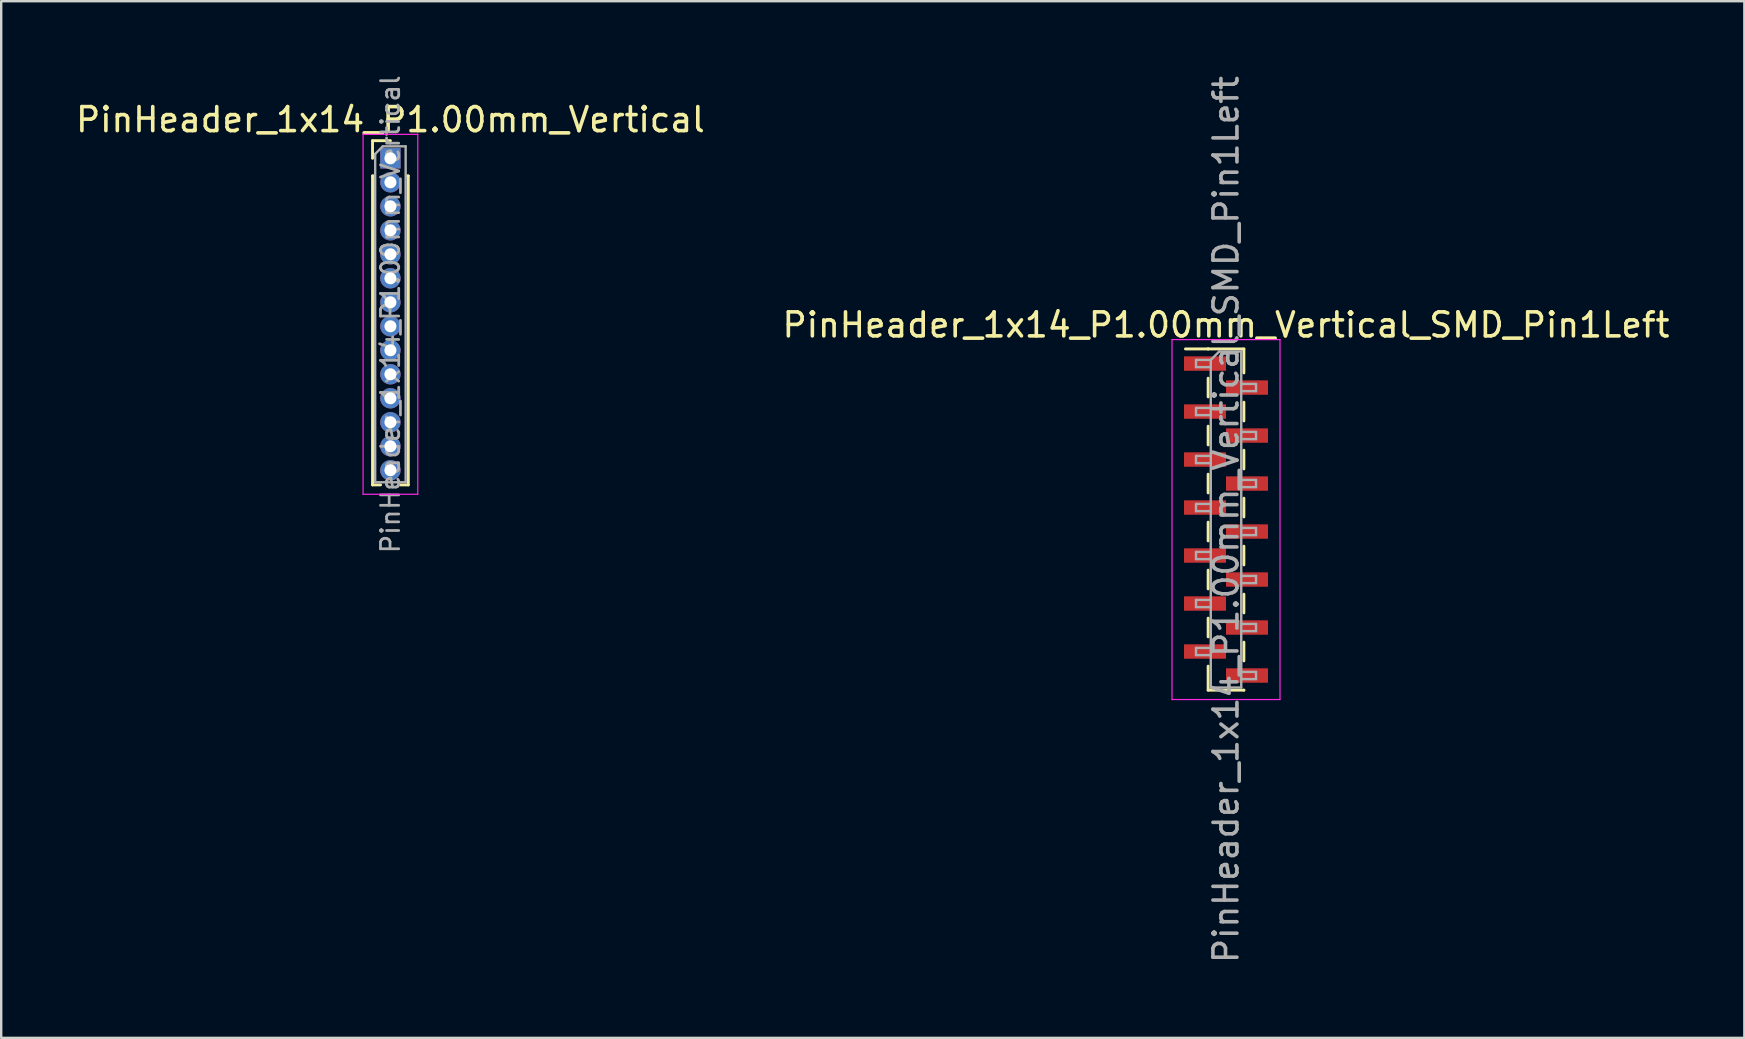
<source format=kicad_pcb>
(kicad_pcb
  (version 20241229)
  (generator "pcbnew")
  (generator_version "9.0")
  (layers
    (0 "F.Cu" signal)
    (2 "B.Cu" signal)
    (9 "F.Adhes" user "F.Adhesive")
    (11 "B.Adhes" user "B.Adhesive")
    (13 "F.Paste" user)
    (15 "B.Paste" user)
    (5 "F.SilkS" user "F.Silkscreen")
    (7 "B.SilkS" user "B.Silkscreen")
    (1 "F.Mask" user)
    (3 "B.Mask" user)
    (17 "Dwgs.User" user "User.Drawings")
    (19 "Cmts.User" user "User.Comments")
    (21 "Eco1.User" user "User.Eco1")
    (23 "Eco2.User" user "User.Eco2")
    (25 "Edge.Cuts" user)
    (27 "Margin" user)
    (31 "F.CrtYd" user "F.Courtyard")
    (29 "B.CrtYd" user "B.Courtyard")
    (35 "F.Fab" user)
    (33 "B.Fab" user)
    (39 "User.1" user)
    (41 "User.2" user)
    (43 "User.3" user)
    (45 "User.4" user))
  (footprint "PinHeader_1x14_P1.00mm_Vertical_SMD_Pin1Left"
    (layer "F.Cu")
    (at 48.042 18.601)
    (property "Reference" "PinHeader_1x14_P1.00mm_Vertical_SMD_Pin1Left" (at 0 -8.11 0) (layer "F.SilkS") (effects (font (size 1 1) (thickness 0.15))))
    (attr smd)
    (fp_line (start -0.745 -7.11) (end -1.69 -7.11) (stroke (width 0.12) (type solid)) (layer "F.SilkS"))
    (fp_line (start -0.745 -7.11) (end -0.745 -7.11) (stroke (width 0.12) (type solid)) (layer "F.SilkS"))
    (fp_line (start -0.745 -7.11) (end 0.745 -7.11) (stroke (width 0.12) (type solid)) (layer "F.SilkS"))
    (fp_line (start -0.745 -5.89) (end -0.745 -5.11) (stroke (width 0.12) (type solid)) (layer "F.SilkS"))
    (fp_line (start -0.745 -3.89) (end -0.745 -3.11) (stroke (width 0.12) (type solid)) (layer "F.SilkS"))
    (fp_line (start -0.745 -1.89) (end -0.745 -1.11) (stroke (width 0.12) (type solid)) (layer "F.SilkS"))
    (fp_line (start -0.745 0.11) (end -0.745 0.89) (stroke (width 0.12) (type solid)) (layer "F.SilkS"))
    (fp_line (start -0.745 2.11) (end -0.745 2.89) (stroke (width 0.12) (type solid)) (layer "F.SilkS"))
    (fp_line (start -0.745 4.11) (end -0.745 4.89) (stroke (width 0.12) (type solid)) (layer "F.SilkS"))
    (fp_line (start -0.745 6.11) (end -0.745 7.11) (stroke (width 0.12) (type solid)) (layer "F.SilkS"))
    (fp_line (start -0.745 7.11) (end 0.745 7.11) (stroke (width 0.12) (type solid)) (layer "F.SilkS"))
    (fp_line (start 0.745 -7.11) (end 0.745 -6.11) (stroke (width 0.12) (type solid)) (layer "F.SilkS"))
    (fp_line (start 0.745 -4.89) (end 0.745 -4.11) (stroke (width 0.12) (type solid)) (layer "F.SilkS"))
    (fp_line (start 0.745 -2.89) (end 0.745 -2.11) (stroke (width 0.12) (type solid)) (layer "F.SilkS"))
    (fp_line (start 0.745 -0.89) (end 0.745 -0.11) (stroke (width 0.12) (type solid)) (layer "F.SilkS"))
    (fp_line (start 0.745 1.11) (end 0.745 1.89) (stroke (width 0.12) (type solid)) (layer "F.SilkS"))
    (fp_line (start 0.745 3.11) (end 0.745 3.89) (stroke (width 0.12) (type solid)) (layer "F.SilkS"))
    (fp_line (start 0.745 5.11) (end 0.745 5.89) (stroke (width 0.12) (type solid)) (layer "F.SilkS"))
    (fp_line (start 0.745 7.11) (end 0.745 7.11) (stroke (width 0.12) (type solid)) (layer "F.SilkS"))
    (fp_line (start -2.25 -7.5) (end -2.25 7.5) (stroke (width 0.05) (type solid)) (layer "F.CrtYd"))
    (fp_line (start -2.25 7.5) (end 2.25 7.5) (stroke (width 0.05) (type solid)) (layer "F.CrtYd"))
    (fp_line (start 2.25 -7.5) (end -2.25 -7.5) (stroke (width 0.05) (type solid)) (layer "F.CrtYd"))
    (fp_line (start 2.25 7.5) (end 2.25 -7.5) (stroke (width 0.05) (type solid)) (layer "F.CrtYd"))
    (fp_line (start -1.25 -6.65) (end -1.25 -6.35) (stroke (width 0.1) (type solid)) (layer "F.Fab"))
    (fp_line (start -1.25 -6.35) (end -0.635 -6.35) (stroke (width 0.1) (type solid)) (layer "F.Fab"))
    (fp_line (start -1.25 -4.65) (end -1.25 -4.35) (stroke (width 0.1) (type solid)) (layer "F.Fab"))
    (fp_line (start -1.25 -4.35) (end -0.635 -4.35) (stroke (width 0.1) (type solid)) (layer "F.Fab"))
    (fp_line (start -1.25 -2.65) (end -1.25 -2.35) (stroke (width 0.1) (type solid)) (layer "F.Fab"))
    (fp_line (start -1.25 -2.35) (end -0.635 -2.35) (stroke (width 0.1) (type solid)) (layer "F.Fab"))
    (fp_line (start -1.25 -0.65) (end -1.25 -0.35) (stroke (width 0.1) (type solid)) (layer "F.Fab"))
    (fp_line (start -1.25 -0.35) (end -0.635 -0.35) (stroke (width 0.1) (type solid)) (layer "F.Fab"))
    (fp_line (start -1.25 1.35) (end -1.25 1.65) (stroke (width 0.1) (type solid)) (layer "F.Fab"))
    (fp_line (start -1.25 1.65) (end -0.635 1.65) (stroke (width 0.1) (type solid)) (layer "F.Fab"))
    (fp_line (start -1.25 3.35) (end -1.25 3.65) (stroke (width 0.1) (type solid)) (layer "F.Fab"))
    (fp_line (start -1.25 3.65) (end -0.635 3.65) (stroke (width 0.1) (type solid)) (layer "F.Fab"))
    (fp_line (start -1.25 5.35) (end -1.25 5.65) (stroke (width 0.1) (type solid)) (layer "F.Fab"))
    (fp_line (start -1.25 5.65) (end -0.635 5.65) (stroke (width 0.1) (type solid)) (layer "F.Fab"))
    (fp_line (start -0.635 -6.65) (end -1.25 -6.65) (stroke (width 0.1) (type solid)) (layer "F.Fab"))
    (fp_line (start -0.635 -6.65) (end -0.285 -7) (stroke (width 0.1) (type solid)) (layer "F.Fab"))
    (fp_line (start -0.635 -4.65) (end -1.25 -4.65) (stroke (width 0.1) (type solid)) (layer "F.Fab"))
    (fp_line (start -0.635 -2.65) (end -1.25 -2.65) (stroke (width 0.1) (type solid)) (layer "F.Fab"))
    (fp_line (start -0.635 -0.65) (end -1.25 -0.65) (stroke (width 0.1) (type solid)) (layer "F.Fab"))
    (fp_line (start -0.635 1.35) (end -1.25 1.35) (stroke (width 0.1) (type solid)) (layer "F.Fab"))
    (fp_line (start -0.635 3.35) (end -1.25 3.35) (stroke (width 0.1) (type solid)) (layer "F.Fab"))
    (fp_line (start -0.635 5.35) (end -1.25 5.35) (stroke (width 0.1) (type solid)) (layer "F.Fab"))
    (fp_line (start -0.635 7) (end -0.635 -6.65) (stroke (width 0.1) (type solid)) (layer "F.Fab"))
    (fp_line (start -0.285 -7) (end 0.635 -7) (stroke (width 0.1) (type solid)) (layer "F.Fab"))
    (fp_line (start 0.635 -7) (end 0.635 7) (stroke (width 0.1) (type solid)) (layer "F.Fab"))
    (fp_line (start 0.635 -5.65) (end 1.25 -5.65) (stroke (width 0.1) (type solid)) (layer "F.Fab"))
    (fp_line (start 0.635 -3.65) (end 1.25 -3.65) (stroke (width 0.1) (type solid)) (layer "F.Fab"))
    (fp_line (start 0.635 -1.65) (end 1.25 -1.65) (stroke (width 0.1) (type solid)) (layer "F.Fab"))
    (fp_line (start 0.635 0.35) (end 1.25 0.35) (stroke (width 0.1) (type solid)) (layer "F.Fab"))
    (fp_line (start 0.635 2.35) (end 1.25 2.35) (stroke (width 0.1) (type solid)) (layer "F.Fab"))
    (fp_line (start 0.635 4.35) (end 1.25 4.35) (stroke (width 0.1) (type solid)) (layer "F.Fab"))
    (fp_line (start 0.635 6.35) (end 1.25 6.35) (stroke (width 0.1) (type solid)) (layer "F.Fab"))
    (fp_line (start 0.635 7) (end -0.635 7) (stroke (width 0.1) (type solid)) (layer "F.Fab"))
    (fp_line (start 1.25 -5.65) (end 1.25 -5.35) (stroke (width 0.1) (type solid)) (layer "F.Fab"))
    (fp_line (start 1.25 -5.35) (end 0.635 -5.35) (stroke (width 0.1) (type solid)) (layer "F.Fab"))
    (fp_line (start 1.25 -3.65) (end 1.25 -3.35) (stroke (width 0.1) (type solid)) (layer "F.Fab"))
    (fp_line (start 1.25 -3.35) (end 0.635 -3.35) (stroke (width 0.1) (type solid)) (layer "F.Fab"))
    (fp_line (start 1.25 -1.65) (end 1.25 -1.35) (stroke (width 0.1) (type solid)) (layer "F.Fab"))
    (fp_line (start 1.25 -1.35) (end 0.635 -1.35) (stroke (width 0.1) (type solid)) (layer "F.Fab"))
    (fp_line (start 1.25 0.35) (end 1.25 0.65) (stroke (width 0.1) (type solid)) (layer "F.Fab"))
    (fp_line (start 1.25 0.65) (end 0.635 0.65) (stroke (width 0.1) (type solid)) (layer "F.Fab"))
    (fp_line (start 1.25 2.35) (end 1.25 2.65) (stroke (width 0.1) (type solid)) (layer "F.Fab"))
    (fp_line (start 1.25 2.65) (end 0.635 2.65) (stroke (width 0.1) (type solid)) (layer "F.Fab"))
    (fp_line (start 1.25 4.35) (end 1.25 4.65) (stroke (width 0.1) (type solid)) (layer "F.Fab"))
    (fp_line (start 1.25 4.65) (end 0.635 4.65) (stroke (width 0.1) (type solid)) (layer "F.Fab"))
    (fp_line (start 1.25 6.35) (end 1.25 6.65) (stroke (width 0.1) (type solid)) (layer "F.Fab"))
    (fp_line (start 1.25 6.65) (end 0.635 6.65) (stroke (width 0.1) (type solid)) (layer "F.Fab"))
    (fp_text user "${REFERENCE}" (at 0 0 90) (layer "F.Fab") (effects (font (size 1 1) (thickness 0.15))))
    (pad "1" smd rect (at -0.875 -6.5) (size 1.75 0.6) (layers "F.Cu" "F.Mask" "F.Paste"))
    (pad "2" smd rect (at 0.875 -5.5) (size 1.75 0.6) (layers "F.Cu" "F.Mask" "F.Paste"))
    (pad "3" smd rect (at -0.875 -4.5) (size 1.75 0.6) (layers "F.Cu" "F.Mask" "F.Paste"))
    (pad "4" smd rect (at 0.875 -3.5) (size 1.75 0.6) (layers "F.Cu" "F.Mask" "F.Paste"))
    (pad "5" smd rect (at -0.875 -2.5) (size 1.75 0.6) (layers "F.Cu" "F.Mask" "F.Paste"))
    (pad "6" smd rect (at 0.875 -1.5) (size 1.75 0.6) (layers "F.Cu" "F.Mask" "F.Paste"))
    (pad "7" smd rect (at -0.875 -0.5) (size 1.75 0.6) (layers "F.Cu" "F.Mask" "F.Paste"))
    (pad "8" smd rect (at 0.875 0.5) (size 1.75 0.6) (layers "F.Cu" "F.Mask" "F.Paste"))
    (pad "9" smd rect (at -0.875 1.5) (size 1.75 0.6) (layers "F.Cu" "F.Mask" "F.Paste"))
    (pad "10" smd rect (at 0.875 2.5) (size 1.75 0.6) (layers "F.Cu" "F.Mask" "F.Paste"))
    (pad "11" smd rect (at -0.875 3.5) (size 1.75 0.6) (layers "F.Cu" "F.Mask" "F.Paste"))
    (pad "12" smd rect (at 0.875 4.5) (size 1.75 0.6) (layers "F.Cu" "F.Mask" "F.Paste"))
    (pad "13" smd rect (at -0.875 5.5) (size 1.75 0.6) (layers "F.Cu" "F.Mask" "F.Paste"))
    (pad "14" smd rect (at 0.875 6.5) (size 1.75 0.6) (layers "F.Cu" "F.Mask" "F.Paste")))
  (footprint "PinHeader_1x14_P1.00mm_Vertical"
    (layer "F.Cu")
    (at 13.22 3.547)
    (property "Reference" "PinHeader_1x14_P1.00mm_Vertical" (at 0 -1.61 0) (layer "F.SilkS") (effects (font (size 1 1) (thickness 0.15))))
    (attr through_hole)
    (fp_line (start -0.745 -0.735) (end 0 -0.735) (stroke (width 0.12) (type solid)) (layer "F.SilkS"))
    (fp_line (start -0.745 0) (end -0.745 -0.735) (stroke (width 0.12) (type solid)) (layer "F.SilkS"))
    (fp_line (start -0.745 0.735) (end -0.745 13.61) (stroke (width 0.12) (type solid)) (layer "F.SilkS"))
    (fp_line (start -0.745 0.735) (end -0.686 0.735) (stroke (width 0.12) (type solid)) (layer "F.SilkS"))
    (fp_line (start -0.745 13.61) (end -0.41 13.61) (stroke (width 0.12) (type solid)) (layer "F.SilkS"))
    (fp_line (start 0.41 13.61) (end 0.745 13.61) (stroke (width 0.12) (type solid)) (layer "F.SilkS"))
    (fp_line (start 0.686 0.735) (end 0.745 0.735) (stroke (width 0.12) (type solid)) (layer "F.SilkS"))
    (fp_line (start 0.745 0.735) (end 0.745 13.61) (stroke (width 0.12) (type solid)) (layer "F.SilkS"))
    (fp_line (start -1.14 -1) (end -1.14 14) (stroke (width 0.05) (type solid)) (layer "F.CrtYd"))
    (fp_line (start -1.14 14) (end 1.14 14) (stroke (width 0.05) (type solid)) (layer "F.CrtYd"))
    (fp_line (start 1.14 -1) (end -1.14 -1) (stroke (width 0.05) (type solid)) (layer "F.CrtYd"))
    (fp_line (start 1.14 14) (end 1.14 -1) (stroke (width 0.05) (type solid)) (layer "F.CrtYd"))
    (fp_line (start -0.635 -0.182) (end -0.318 -0.5) (stroke (width 0.1) (type solid)) (layer "F.Fab"))
    (fp_line (start -0.635 13.5) (end -0.635 -0.182) (stroke (width 0.1) (type solid)) (layer "F.Fab"))
    (fp_line (start -0.318 -0.5) (end 0.635 -0.5) (stroke (width 0.1) (type solid)) (layer "F.Fab"))
    (fp_line (start 0.635 -0.5) (end 0.635 13.5) (stroke (width 0.1) (type solid)) (layer "F.Fab"))
    (fp_line (start 0.635 13.5) (end -0.635 13.5) (stroke (width 0.1) (type solid)) (layer "F.Fab"))
    (fp_text user "${REFERENCE}" (at 0 6.5 90) (layer "F.Fab") (effects (font (size 0.76 0.76) (thickness 0.114))))
    (pad "1" thru_hole rect (at 0 0) (size 0.85 0.85) (drill 0.5) (layers "*.Cu" "*.Mask"))
    (pad "2" thru_hole circle (at 0 1) (size 0.85 0.85) (drill 0.5) (layers "*.Cu" "*.Mask"))
    (pad "3" thru_hole circle (at 0 2) (size 0.85 0.85) (drill 0.5) (layers "*.Cu" "*.Mask"))
    (pad "4" thru_hole circle (at 0 3) (size 0.85 0.85) (drill 0.5) (layers "*.Cu" "*.Mask"))
    (pad "5" thru_hole circle (at 0 4) (size 0.85 0.85) (drill 0.5) (layers "*.Cu" "*.Mask"))
    (pad "6" thru_hole circle (at 0 5) (size 0.85 0.85) (drill 0.5) (layers "*.Cu" "*.Mask"))
    (pad "7" thru_hole circle (at 0 6) (size 0.85 0.85) (drill 0.5) (layers "*.Cu" "*.Mask"))
    (pad "8" thru_hole circle (at 0 7) (size 0.85 0.85) (drill 0.5) (layers "*.Cu" "*.Mask"))
    (pad "9" thru_hole circle (at 0 8) (size 0.85 0.85) (drill 0.5) (layers "*.Cu" "*.Mask"))
    (pad "10" thru_hole circle (at 0 9) (size 0.85 0.85) (drill 0.5) (layers "*.Cu" "*.Mask"))
    (pad "11" thru_hole circle (at 0 10) (size 0.85 0.85) (drill 0.5) (layers "*.Cu" "*.Mask"))
    (pad "12" thru_hole circle (at 0 11) (size 0.85 0.85) (drill 0.5) (layers "*.Cu" "*.Mask"))
    (pad "13" thru_hole circle (at 0 12) (size 0.85 0.85) (drill 0.5) (layers "*.Cu" "*.Mask"))
    (pad "14" thru_hole circle (at 0 13) (size 0.85 0.85) (drill 0.5) (layers "*.Cu" "*.Mask")))
  (gr_rect
    (start -3 -3)
    (end 69.643 40.202)
    (stroke (width 0.1) (type default))
    (fill no)
    (layer "Edge.Cuts")))
</source>
